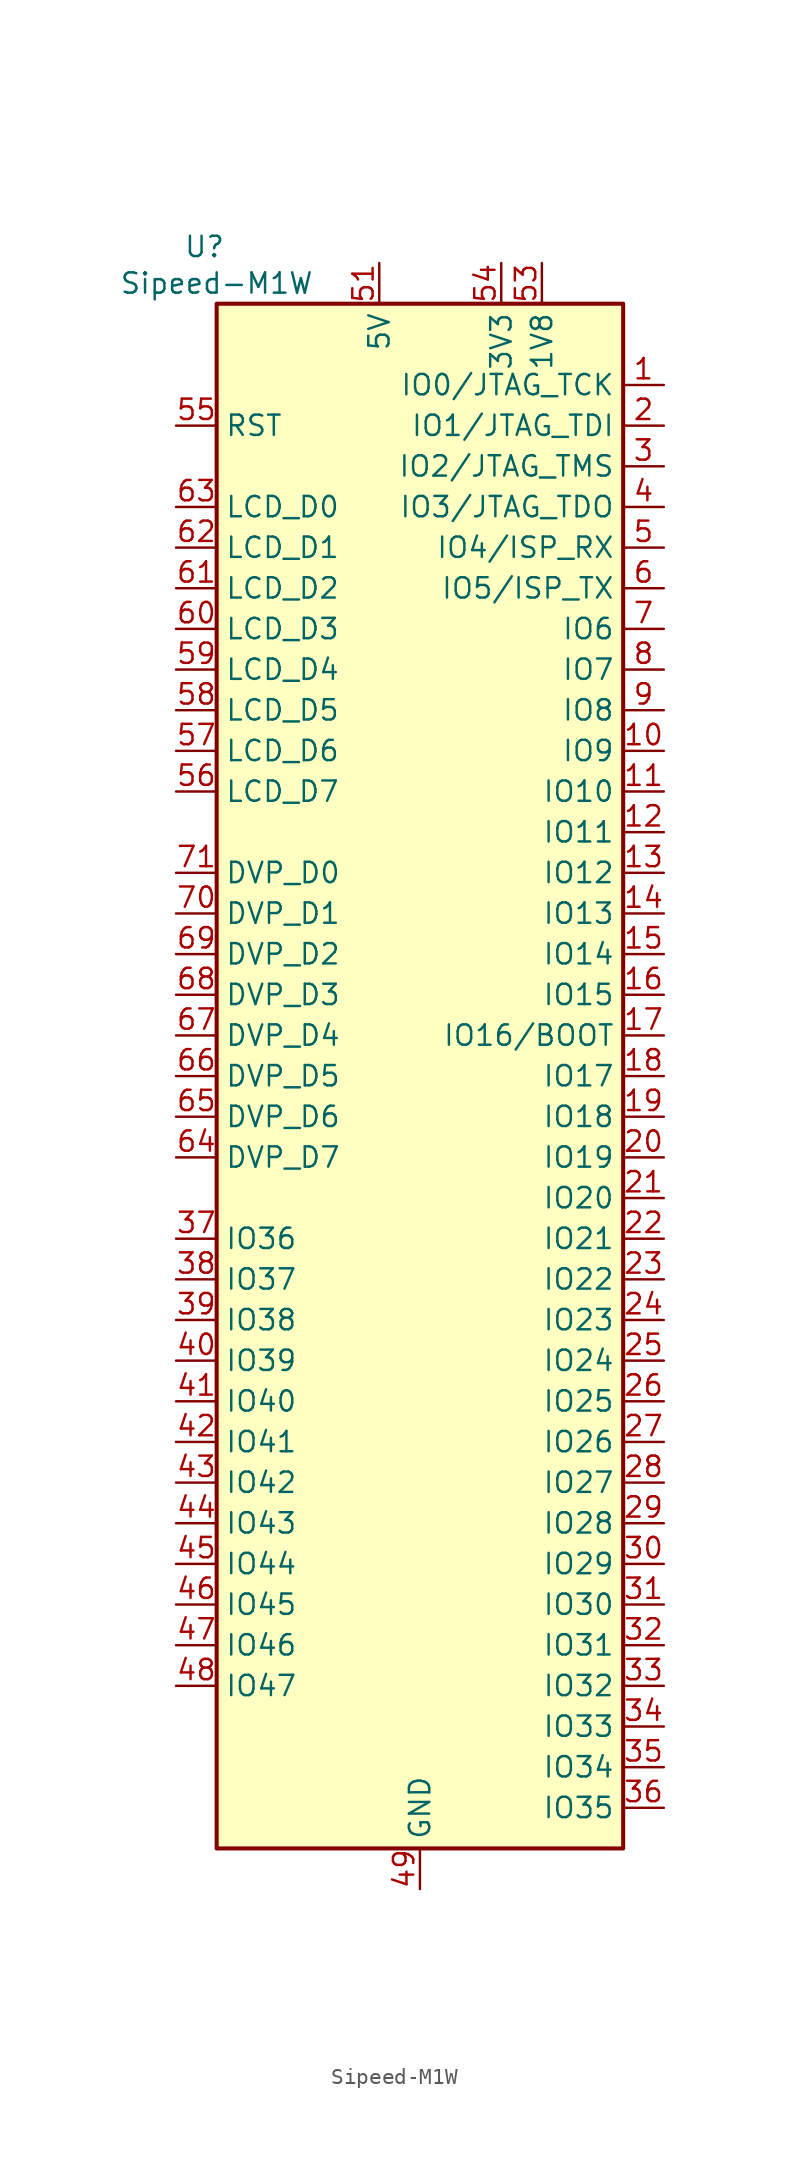
<source format=kicad_sym>
(kicad_symbol_lib
  (version 20241209)
  (generator "kicad_symbol_editor")
  (generator_version "9.0")
  (symbol "Sipeed-M1W"
    (property "Reference" "U"
      (at -13.462 51.816 0)
      (effects (font (size 1.27 1.27))))
    (property "Value" "Sipeed-M1W"
      (at -12.7 49.53 0)
      (effects (font (size 1.27 1.27))))
    (symbol "Sipeed-M1W_0_1"
      (rectangle (start -12.7 48.26) (end 12.7 -48.26) (stroke (width 0.254) (type default)) (fill (type background))))
    (symbol "Sipeed-M1W_1_1"
      (pin input line (at -15.24 40.64 0) (length 2.54) (name "RST" (effects (font (size 1.27 1.27)))) (number "55" (effects (font (size 1.27 1.27)))))
      (pin bidirectional line (at -15.24 35.56 0) (length 2.54) (name "LCD_D0" (effects (font (size 1.27 1.27)))) (number "63" (effects (font (size 1.27 1.27)))))
      (pin bidirectional line (at -15.24 33.02 0) (length 2.54) (name "LCD_D1" (effects (font (size 1.27 1.27)))) (number "62" (effects (font (size 1.27 1.27)))))
      (pin bidirectional line (at -15.24 30.48 0) (length 2.54) (name "LCD_D2" (effects (font (size 1.27 1.27)))) (number "61" (effects (font (size 1.27 1.27)))))
      (pin bidirectional line (at -15.24 27.94 0) (length 2.54) (name "LCD_D3" (effects (font (size 1.27 1.27)))) (number "60" (effects (font (size 1.27 1.27)))))
      (pin bidirectional line (at -15.24 25.4 0) (length 2.54) (name "LCD_D4" (effects (font (size 1.27 1.27)))) (number "59" (effects (font (size 1.27 1.27)))))
      (pin bidirectional line (at -15.24 22.86 0) (length 2.54) (name "LCD_D5" (effects (font (size 1.27 1.27)))) (number "58" (effects (font (size 1.27 1.27)))))
      (pin bidirectional line (at -15.24 20.32 0) (length 2.54) (name "LCD_D6" (effects (font (size 1.27 1.27)))) (number "57" (effects (font (size 1.27 1.27)))))
      (pin bidirectional line (at -15.24 17.78 0) (length 2.54) (name "LCD_D7" (effects (font (size 1.27 1.27)))) (number "56" (effects (font (size 1.27 1.27)))))
      (pin bidirectional line (at -15.24 12.7 0) (length 2.54) (name "DVP_D0" (effects (font (size 1.27 1.27)))) (number "71" (effects (font (size 1.27 1.27)))))
      (pin bidirectional line (at -15.24 10.16 0) (length 2.54) (name "DVP_D1" (effects (font (size 1.27 1.27)))) (number "70" (effects (font (size 1.27 1.27)))))
      (pin bidirectional line (at -15.24 7.62 0) (length 2.54) (name "DVP_D2" (effects (font (size 1.27 1.27)))) (number "69" (effects (font (size 1.27 1.27)))))
      (pin bidirectional line (at -15.24 5.08 0) (length 2.54) (name "DVP_D3" (effects (font (size 1.27 1.27)))) (number "68" (effects (font (size 1.27 1.27)))))
      (pin bidirectional line (at -15.24 2.54 0) (length 2.54) (name "DVP_D4" (effects (font (size 1.27 1.27)))) (number "67" (effects (font (size 1.27 1.27)))))
      (pin bidirectional line (at -15.24 0 0) (length 2.54) (name "DVP_D5" (effects (font (size 1.27 1.27)))) (number "66" (effects (font (size 1.27 1.27)))))
      (pin bidirectional line (at -15.24 -2.54 0) (length 2.54) (name "DVP_D6" (effects (font (size 1.27 1.27)))) (number "65" (effects (font (size 1.27 1.27)))))
      (pin bidirectional line (at -15.24 -5.08 0) (length 2.54) (name "DVP_D7" (effects (font (size 1.27 1.27)))) (number "64" (effects (font (size 1.27 1.27)))))
      (pin bidirectional line (at -15.24 -10.16 0) (length 2.54) (name "IO36" (effects (font (size 1.27 1.27)))) (number "37" (effects (font (size 1.27 1.27)))) (alternate "LCD_CS" output line))
      (pin bidirectional line (at -15.24 -12.7 0) (length 2.54) (name "IO37" (effects (font (size 1.27 1.27)))) (number "38" (effects (font (size 1.27 1.27)))) (alternate "LCD_RST" output line))
      (pin bidirectional line (at -15.24 -15.24 0) (length 2.54) (name "IO38" (effects (font (size 1.27 1.27)))) (number "39" (effects (font (size 1.27 1.27)))) (alternate "LCD_DC" output line))
      (pin bidirectional line (at -15.24 -17.78 0) (length 2.54) (name "IO39" (effects (font (size 1.27 1.27)))) (number "40" (effects (font (size 1.27 1.27)))) (alternate "LCD_WR" output line))
      (pin bidirectional line (at -15.24 -20.32 0) (length 2.54) (name "IO40" (effects (font (size 1.27 1.27)))) (number "41" (effects (font (size 1.27 1.27)))))
      (pin bidirectional line (at -15.24 -22.86 0) (length 2.54) (name "IO41" (effects (font (size 1.27 1.27)))) (number "42" (effects (font (size 1.27 1.27)))))
      (pin bidirectional line (at -15.24 -25.4 0) (length 2.54) (name "IO42" (effects (font (size 1.27 1.27)))) (number "43" (effects (font (size 1.27 1.27)))))
      (pin bidirectional line (at -15.24 -27.94 0) (length 2.54) (name "IO43" (effects (font (size 1.27 1.27)))) (number "44" (effects (font (size 1.27 1.27)))))
      (pin bidirectional line (at -15.24 -30.48 0) (length 2.54) (name "IO44" (effects (font (size 1.27 1.27)))) (number "45" (effects (font (size 1.27 1.27)))))
      (pin bidirectional line (at -15.24 -33.02 0) (length 2.54) (name "IO45" (effects (font (size 1.27 1.27)))) (number "46" (effects (font (size 1.27 1.27)))))
      (pin bidirectional line (at -15.24 -35.56 0) (length 2.54) (name "IO46" (effects (font (size 1.27 1.27)))) (number "47" (effects (font (size 1.27 1.27)))))
      (pin bidirectional line (at -15.24 -38.1 0) (length 2.54) (name "IO47" (effects (font (size 1.27 1.27)))) (number "48" (effects (font (size 1.27 1.27)))))
      (pin power_in line (at -2.54 50.8 270) (length 2.54) (name "5V" (effects (font (size 1.27 1.27)))) (number "51" (effects (font (size 1.27 1.27)))))
      (pin passive line (at -2.54 50.8 270) (length 2.54) (hide yes) (name "5V" (effects (font (size 1.27 1.27)))) (number "52" (effects (font (size 1.27 1.27)))))
      (pin power_in line (at 0 -50.8 90) (length 2.54) (name "GND" (effects (font (size 1.27 1.27)))) (number "49" (effects (font (size 1.27 1.27)))))
      (pin passive line (at 0 -50.8 90) (length 2.54) (hide yes) (name "GND" (effects (font (size 1.27 1.27)))) (number "50" (effects (font (size 1.27 1.27)))))
      (pin passive line (at 0 -50.8 90) (length 2.54) (hide yes) (name "GND" (effects (font (size 1.27 1.27)))) (number "72" (effects (font (size 1.27 1.27)))))
      (pin power_out line (at 5.08 50.8 270) (length 2.54) (name "3V3" (effects (font (size 1.27 1.27)))) (number "54" (effects (font (size 1.27 1.27)))))
      (pin power_out line (at 7.62 50.8 270) (length 2.54) (name "1V8" (effects (font (size 1.27 1.27)))) (number "53" (effects (font (size 1.27 1.27)))))
      (pin bidirectional line (at 15.24 43.18 180) (length 2.54) (name "IO0/JTAG_TCK" (effects (font (size 1.27 1.27)))) (number "1" (effects (font (size 1.27 1.27)))) (alternate "JTAG_TCK" input line) (alternate "WIFI_SPI_CS" output line))
      (pin bidirectional line (at 15.24 40.64 180) (length 2.54) (name "IO1/JTAG_TDI" (effects (font (size 1.27 1.27)))) (number "2" (effects (font (size 1.27 1.27)))) (alternate "JTAG_TDI" input line) (alternate "WIFI_SPI_CLK" output line))
      (pin bidirectional line (at 15.24 38.1 180) (length 2.54) (name "IO2/JTAG_TMS" (effects (font (size 1.27 1.27)))) (number "3" (effects (font (size 1.27 1.27)))) (alternate "JTAG_TMS" input line) (alternate "WIFI_SPI_MISO" input line))
      (pin bidirectional line (at 15.24 35.56 180) (length 2.54) (name "IO3/JTAG_TDO" (effects (font (size 1.27 1.27)))) (number "4" (effects (font (size 1.27 1.27)))) (alternate "JTAG_TDO" output line))
      (pin bidirectional line (at 15.24 33.02 180) (length 2.54) (name "IO4/ISP_RX" (effects (font (size 1.27 1.27)))) (number "5" (effects (font (size 1.27 1.27)))) (alternate "ISP_RX" input line))
      (pin bidirectional line (at 15.24 30.48 180) (length 2.54) (name "IO5/ISP_TX" (effects (font (size 1.27 1.27)))) (number "6" (effects (font (size 1.27 1.27)))) (alternate "ISP_TX" input line))
      (pin bidirectional line (at 15.24 27.94 180) (length 2.54) (name "IO6" (effects (font (size 1.27 1.27)))) (number "7" (effects (font (size 1.27 1.27)))) (alternate "MCU_RX" input line) (alternate "WIFI_TX" output line))
      (pin bidirectional line (at 15.24 25.4 180) (length 2.54) (name "IO7" (effects (font (size 1.27 1.27)))) (number "8" (effects (font (size 1.27 1.27)))) (alternate "MCU_TX" output line) (alternate "WIFI_RX" input line))
      (pin bidirectional line (at 15.24 22.86 180) (length 2.54) (name "IO8" (effects (font (size 1.27 1.27)))) (number "9" (effects (font (size 1.27 1.27)))) (alternate "WIFI_EN" input line))
      (pin bidirectional line (at 15.24 20.32 180) (length 2.54) (name "IO9" (effects (font (size 1.27 1.27)))) (number "10" (effects (font (size 1.27 1.27)))))
      (pin bidirectional line (at 15.24 17.78 180) (length 2.54) (name "IO10" (effects (font (size 1.27 1.27)))) (number "11" (effects (font (size 1.27 1.27)))))
      (pin bidirectional line (at 15.24 15.24 180) (length 2.54) (name "IO11" (effects (font (size 1.27 1.27)))) (number "12" (effects (font (size 1.27 1.27)))))
      (pin bidirectional line (at 15.24 12.7 180) (length 2.54) (name "IO12" (effects (font (size 1.27 1.27)))) (number "13" (effects (font (size 1.27 1.27)))))
      (pin bidirectional line (at 15.24 10.16 180) (length 2.54) (name "IO13" (effects (font (size 1.27 1.27)))) (number "14" (effects (font (size 1.27 1.27)))))
      (pin bidirectional line (at 15.24 7.62 180) (length 2.54) (name "IO14" (effects (font (size 1.27 1.27)))) (number "15" (effects (font (size 1.27 1.27)))))
      (pin bidirectional line (at 15.24 5.08 180) (length 2.54) (name "IO15" (effects (font (size 1.27 1.27)))) (number "16" (effects (font (size 1.27 1.27)))))
      (pin bidirectional line (at 15.24 2.54 180) (length 2.54) (name "IO16/BOOT" (effects (font (size 1.27 1.27)))) (number "17" (effects (font (size 1.27 1.27)))) (alternate "BOOT" input line))
      (pin bidirectional line (at 15.24 0 180) (length 2.54) (name "IO17" (effects (font (size 1.27 1.27)))) (number "18" (effects (font (size 1.27 1.27)))))
      (pin bidirectional line (at 15.24 -2.54 180) (length 2.54) (name "IO18" (effects (font (size 1.27 1.27)))) (number "19" (effects (font (size 1.27 1.27)))))
      (pin bidirectional line (at 15.24 -5.08 180) (length 2.54) (name "IO19" (effects (font (size 1.27 1.27)))) (number "20" (effects (font (size 1.27 1.27)))))
      (pin bidirectional line (at 15.24 -7.62 180) (length 2.54) (name "IO20" (effects (font (size 1.27 1.27)))) (number "21" (effects (font (size 1.27 1.27)))))
      (pin bidirectional line (at 15.24 -10.16 180) (length 2.54) (name "IO21" (effects (font (size 1.27 1.27)))) (number "22" (effects (font (size 1.27 1.27)))))
      (pin bidirectional line (at 15.24 -12.7 180) (length 2.54) (name "IO22" (effects (font (size 1.27 1.27)))) (number "23" (effects (font (size 1.27 1.27)))))
      (pin bidirectional line (at 15.24 -15.24 180) (length 2.54) (name "IO23" (effects (font (size 1.27 1.27)))) (number "24" (effects (font (size 1.27 1.27)))))
      (pin bidirectional line (at 15.24 -17.78 180) (length 2.54) (name "IO24" (effects (font (size 1.27 1.27)))) (number "25" (effects (font (size 1.27 1.27)))))
      (pin bidirectional line (at 15.24 -20.32 180) (length 2.54) (name "IO25" (effects (font (size 1.27 1.27)))) (number "26" (effects (font (size 1.27 1.27)))))
      (pin bidirectional line (at 15.24 -22.86 180) (length 2.54) (name "IO26" (effects (font (size 1.27 1.27)))) (number "27" (effects (font (size 1.27 1.27)))))
      (pin bidirectional line (at 15.24 -25.4 180) (length 2.54) (name "IO27" (effects (font (size 1.27 1.27)))) (number "28" (effects (font (size 1.27 1.27)))))
      (pin bidirectional line (at 15.24 -27.94 180) (length 2.54) (name "IO28" (effects (font (size 1.27 1.27)))) (number "29" (effects (font (size 1.27 1.27)))))
      (pin bidirectional line (at 15.24 -30.48 180) (length 2.54) (name "IO29" (effects (font (size 1.27 1.27)))) (number "30" (effects (font (size 1.27 1.27)))))
      (pin bidirectional line (at 15.24 -33.02 180) (length 2.54) (name "IO30" (effects (font (size 1.27 1.27)))) (number "31" (effects (font (size 1.27 1.27)))))
      (pin bidirectional line (at 15.24 -35.56 180) (length 2.54) (name "IO31" (effects (font (size 1.27 1.27)))) (number "32" (effects (font (size 1.27 1.27)))))
      (pin bidirectional line (at 15.24 -38.1 180) (length 2.54) (name "IO32" (effects (font (size 1.27 1.27)))) (number "33" (effects (font (size 1.27 1.27)))))
      (pin bidirectional line (at 15.24 -40.64 180) (length 2.54) (name "IO33" (effects (font (size 1.27 1.27)))) (number "34" (effects (font (size 1.27 1.27)))))
      (pin bidirectional line (at 15.24 -43.18 180) (length 2.54) (name "IO34" (effects (font (size 1.27 1.27)))) (number "35" (effects (font (size 1.27 1.27)))))
      (pin bidirectional line (at 15.24 -45.72 180) (length 2.54) (name "IO35" (effects (font (size 1.27 1.27)))) (number "36" (effects (font (size 1.27 1.27))))))))
</source>
